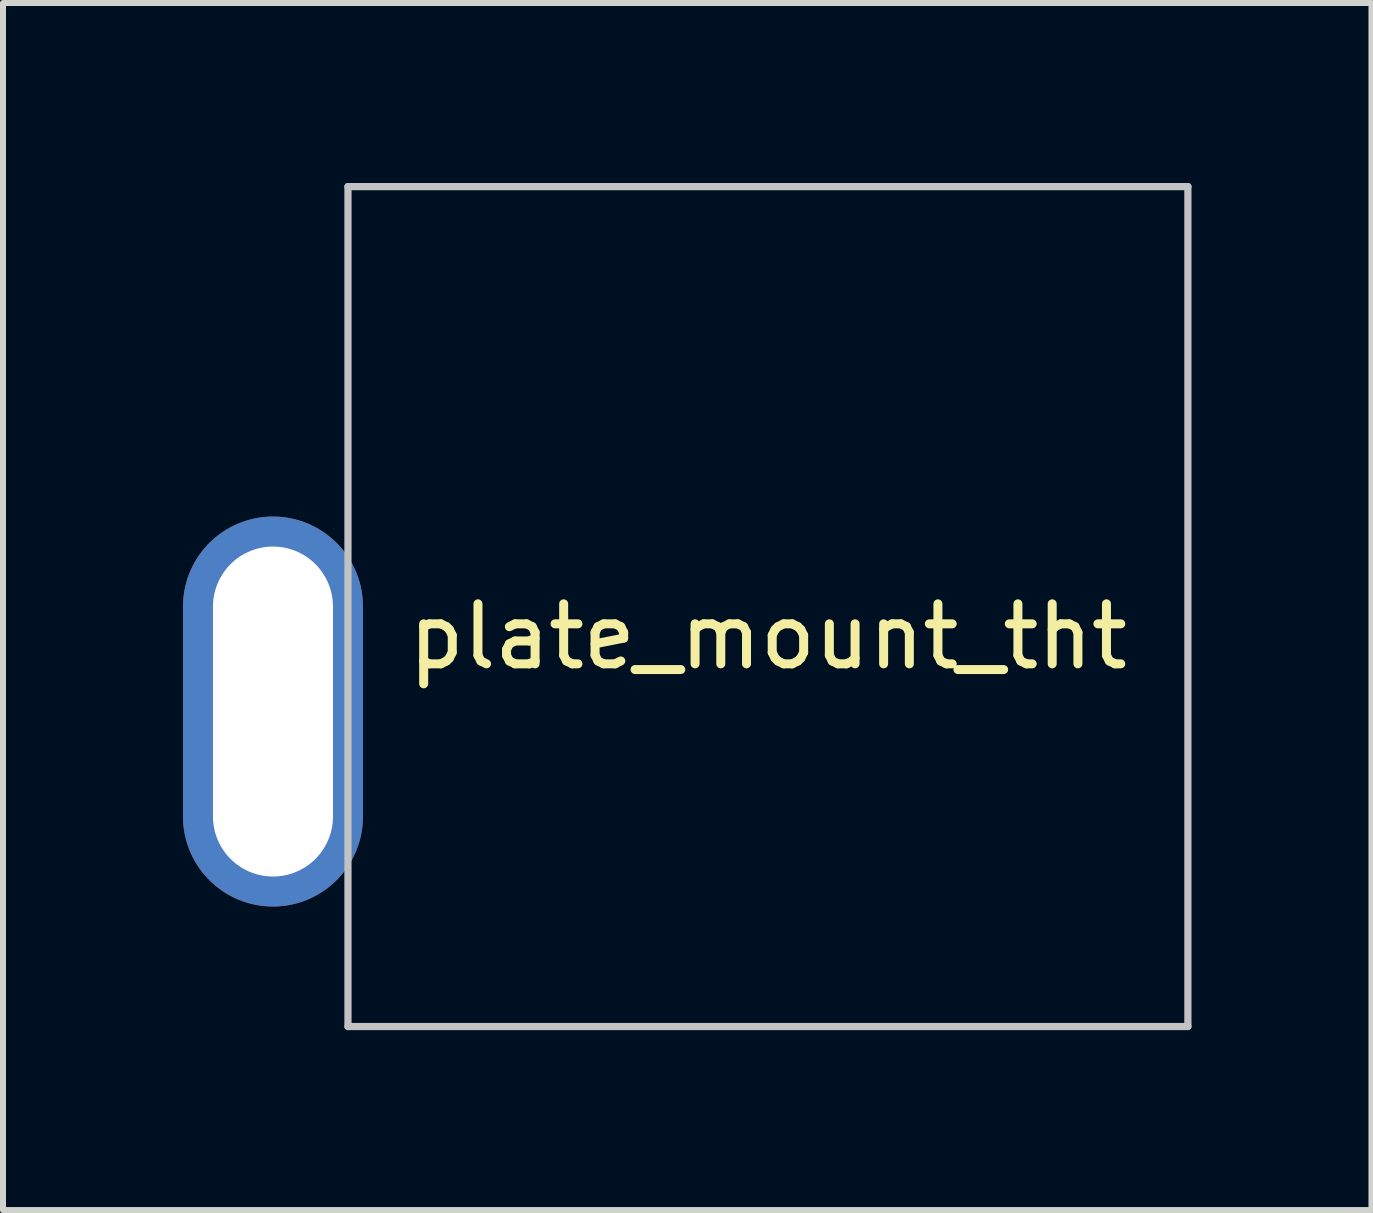
<source format=kicad_pcb>
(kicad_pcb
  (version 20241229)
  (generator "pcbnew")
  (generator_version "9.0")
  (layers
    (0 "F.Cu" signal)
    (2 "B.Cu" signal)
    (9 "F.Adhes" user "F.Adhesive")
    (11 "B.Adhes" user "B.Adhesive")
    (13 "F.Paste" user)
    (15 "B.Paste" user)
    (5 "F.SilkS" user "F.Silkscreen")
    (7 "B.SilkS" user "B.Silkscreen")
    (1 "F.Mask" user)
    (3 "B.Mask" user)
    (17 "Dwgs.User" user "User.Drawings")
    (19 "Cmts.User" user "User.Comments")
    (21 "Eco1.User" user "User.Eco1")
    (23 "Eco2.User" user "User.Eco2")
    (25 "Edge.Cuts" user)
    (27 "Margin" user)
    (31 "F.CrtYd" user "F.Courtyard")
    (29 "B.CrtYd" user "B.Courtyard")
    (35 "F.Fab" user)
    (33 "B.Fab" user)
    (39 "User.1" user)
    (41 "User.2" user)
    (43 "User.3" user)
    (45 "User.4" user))
  (footprint "plate_mount_tht"
    (layer "F.Cu")
    (at 9.75 7.06)
    (property "Reference" "plate_mount_tht" (at 0 0.5 0) (layer "F.SilkS") (effects (font (size 1 1) (thickness 0.15))))
    (attr through_hole)
    (fp_line (start -7 -7) (end -7 7) (stroke (width 0.12) (type solid)) (layer "Dwgs.User"))
    (fp_line (start -7 7) (end 7 7) (stroke (width 0.12) (type solid)) (layer "Dwgs.User"))
    (fp_line (start 7 -7) (end -7 -7) (stroke (width 0.12) (type solid)) (layer "Dwgs.User"))
    (fp_line (start 7 7) (end 7 -7) (stroke (width 0.12) (type solid)) (layer "Dwgs.User"))
    (pad "1" thru_hole oval (at -8.25 1.75) (size 3 6.5) (drill oval 2 5.5) (layers "*.Cu" "*.Mask")))
  (gr_rect
    (start -3 -3)
    (end 19.81 17.12)
    (stroke (width 0.1) (type default))
    (fill no)
    (layer "Edge.Cuts")))
</source>
